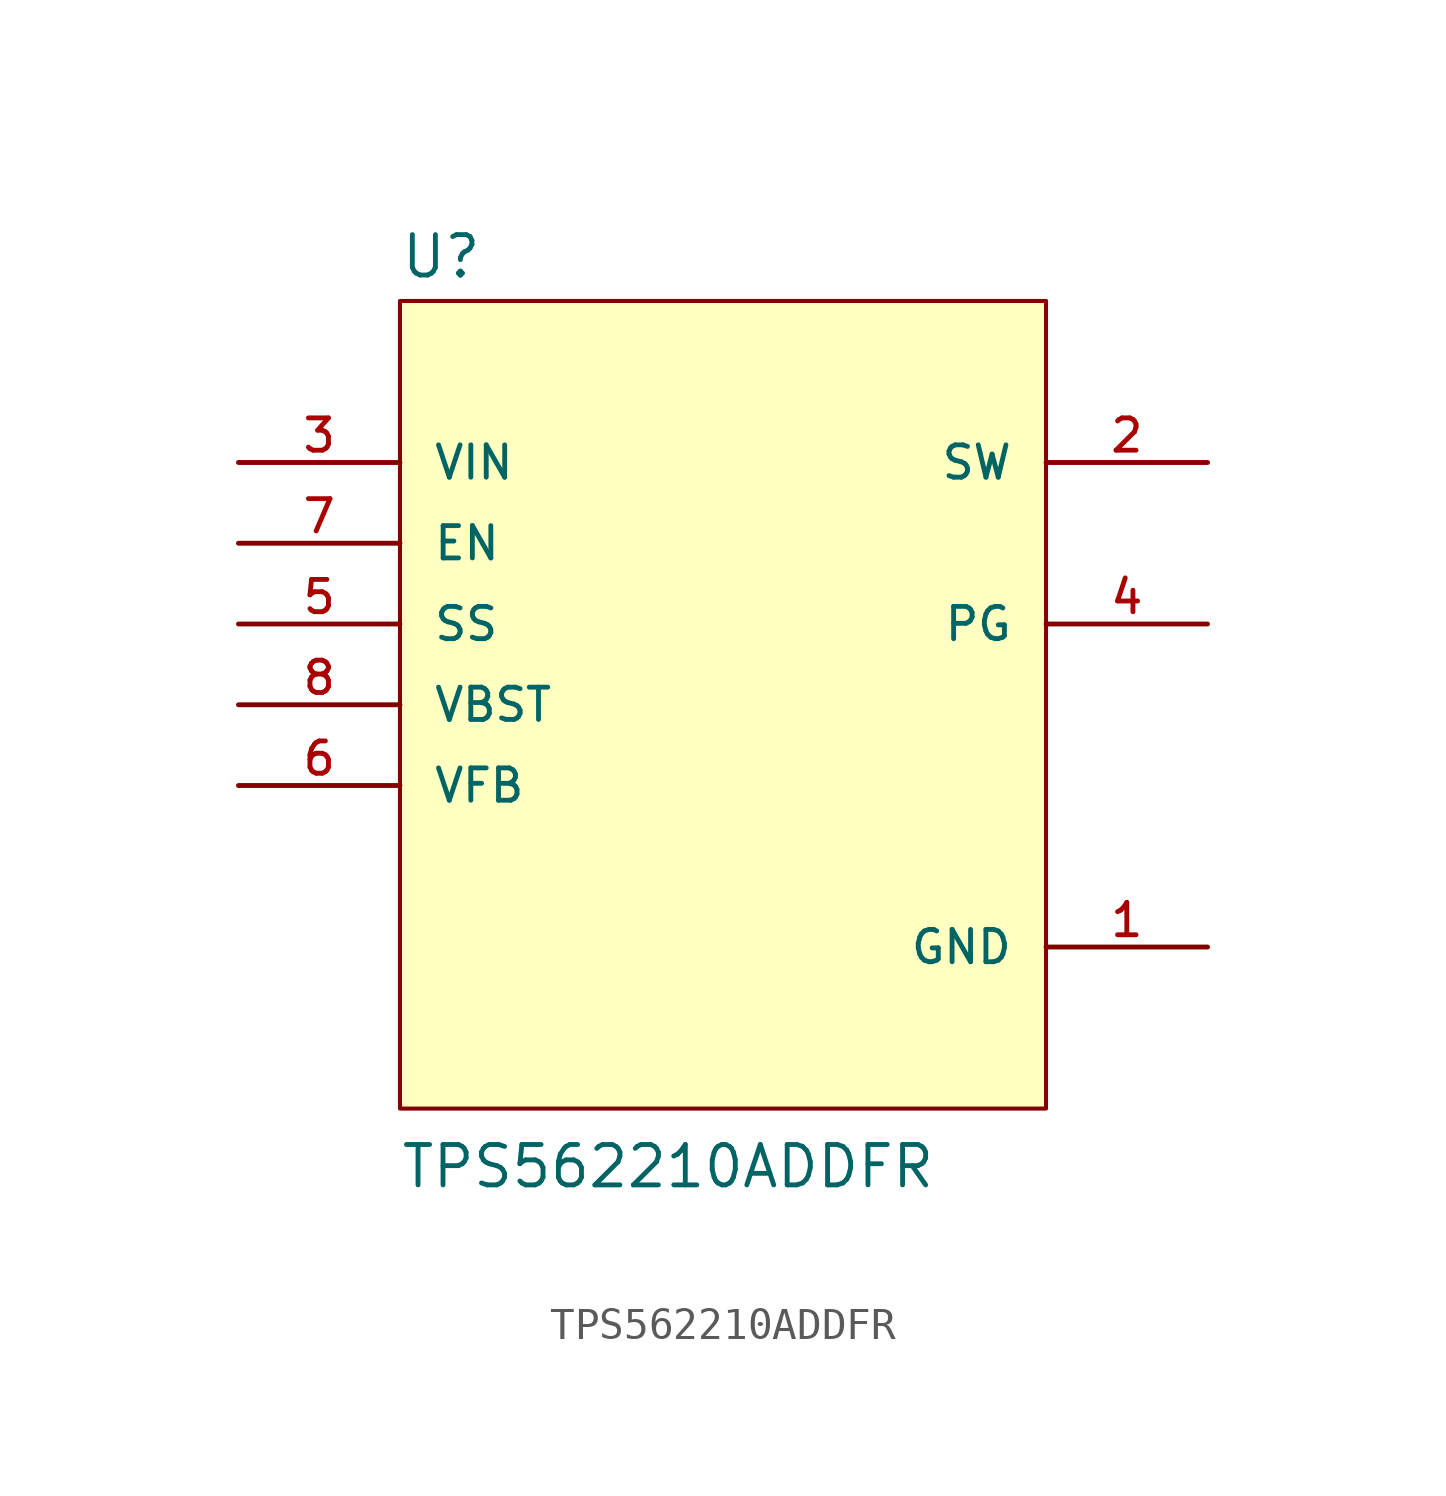
<source format=kicad_sym>
(kicad_symbol_lib
  (version 20211014)
  (generator kicad_symbol_editor)
  (symbol "TPS562210ADDFR"
    (pin_names
      (offset 1.016))
    (property "Reference" "U"
      (at -10.174 13.353 0)
      (effects (font (size 1.27 1.27)) (justify bottom left)))
    (property "Value" "TPS562210ADDFR"
      (at -10.176 -15.264 0)
      (effects (font (size 1.27 1.27)) (justify bottom left)))
    (symbol "TPS562210ADDFR_0_0"
      (rectangle (start -10.16 -12.7) (end 10.16 12.7) (stroke (width 0.127)) (fill (type background)))
      (pin power_in line (at 15.24 -7.62 180.0) (length 5.08) (name "GND" (effects (font (size 1.016 1.016)))) (number "1" (effects (font (size 1.016 1.016)))))
      (pin output line (at 15.24 7.62 180.0) (length 5.08) (name "SW" (effects (font (size 1.016 1.016)))) (number "2" (effects (font (size 1.016 1.016)))))
      (pin input line (at -15.24 7.62 0) (length 5.08) (name "VIN" (effects (font (size 1.016 1.016)))) (number "3" (effects (font (size 1.016 1.016)))))
      (pin output line (at 15.24 2.54 180.0) (length 5.08) (name "PG" (effects (font (size 1.016 1.016)))) (number "4" (effects (font (size 1.016 1.016)))))
      (pin input line (at -15.24 2.54 0) (length 5.08) (name "SS" (effects (font (size 1.016 1.016)))) (number "5" (effects (font (size 1.016 1.016)))))
      (pin input line (at -15.24 -2.54 0) (length 5.08) (name "VFB" (effects (font (size 1.016 1.016)))) (number "6" (effects (font (size 1.016 1.016)))))
      (pin input line (at -15.24 5.08 0) (length 5.08) (name "EN" (effects (font (size 1.016 1.016)))) (number "7" (effects (font (size 1.016 1.016)))))
      (pin input line (at -15.24 0.0 0) (length 5.08) (name "VBST" (effects (font (size 1.016 1.016)))) (number "8" (effects (font (size 1.016 1.016))))))))
</source>
